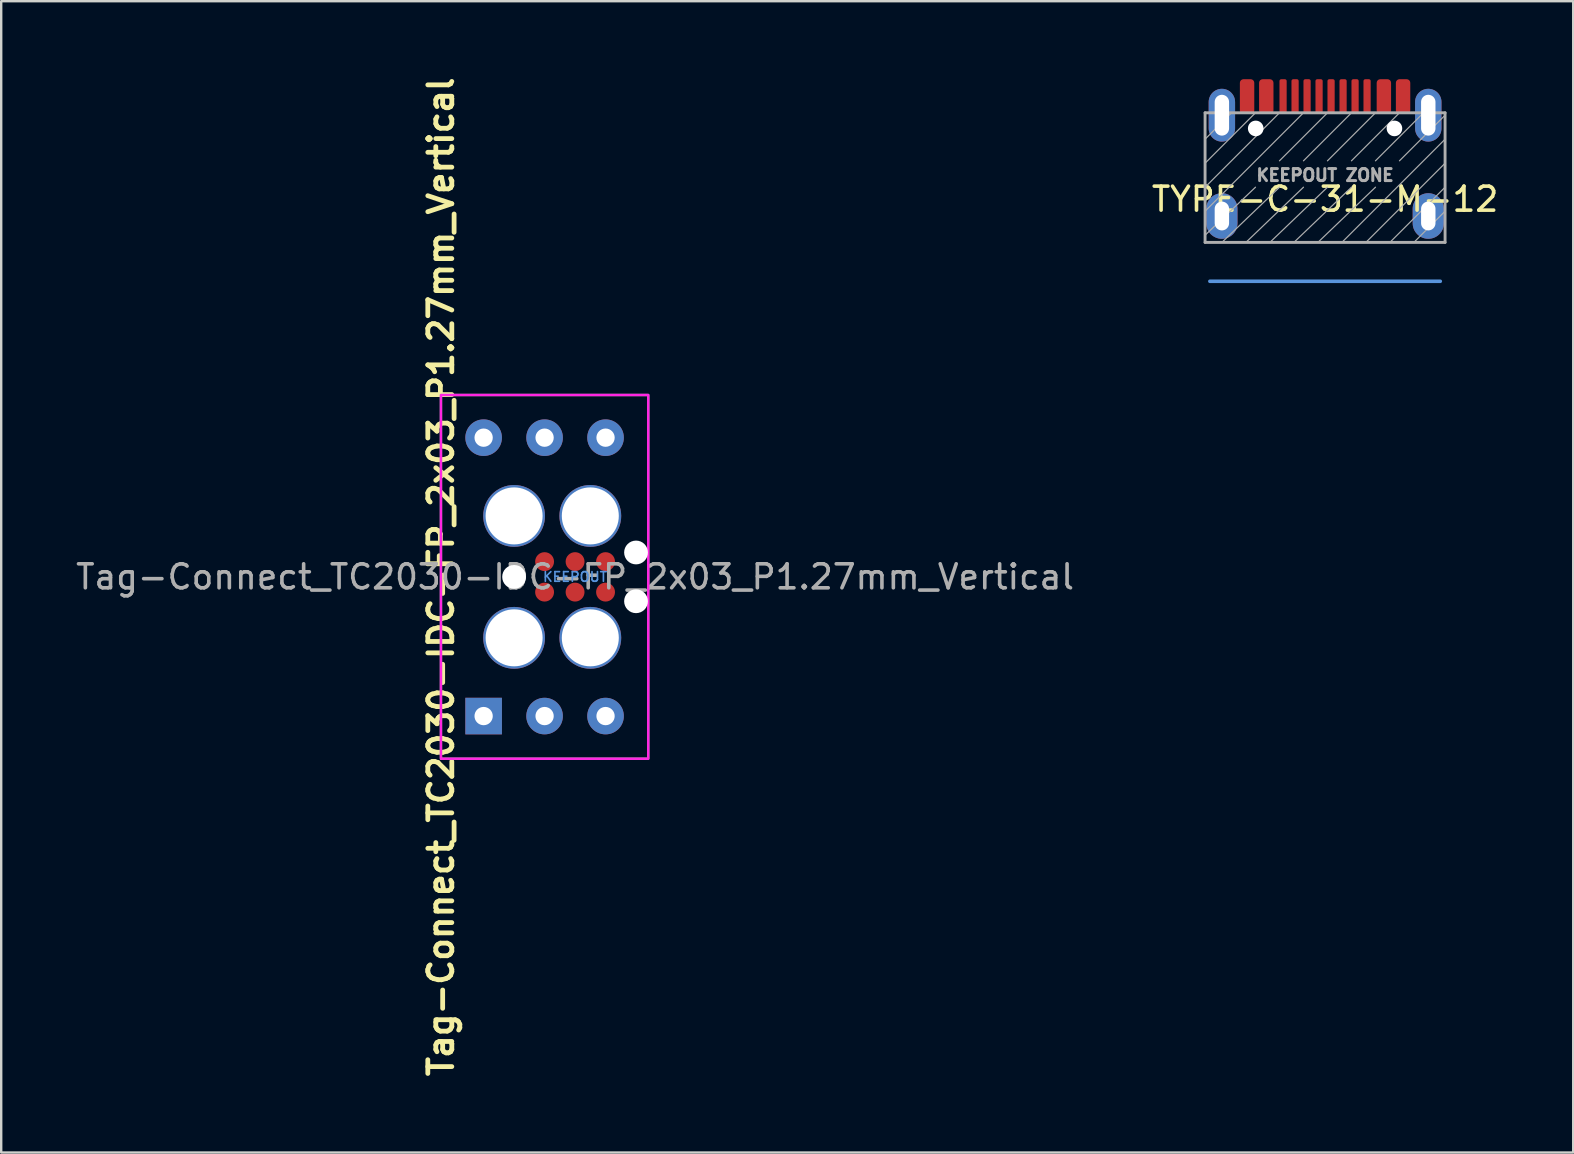
<source format=kicad_pcb>
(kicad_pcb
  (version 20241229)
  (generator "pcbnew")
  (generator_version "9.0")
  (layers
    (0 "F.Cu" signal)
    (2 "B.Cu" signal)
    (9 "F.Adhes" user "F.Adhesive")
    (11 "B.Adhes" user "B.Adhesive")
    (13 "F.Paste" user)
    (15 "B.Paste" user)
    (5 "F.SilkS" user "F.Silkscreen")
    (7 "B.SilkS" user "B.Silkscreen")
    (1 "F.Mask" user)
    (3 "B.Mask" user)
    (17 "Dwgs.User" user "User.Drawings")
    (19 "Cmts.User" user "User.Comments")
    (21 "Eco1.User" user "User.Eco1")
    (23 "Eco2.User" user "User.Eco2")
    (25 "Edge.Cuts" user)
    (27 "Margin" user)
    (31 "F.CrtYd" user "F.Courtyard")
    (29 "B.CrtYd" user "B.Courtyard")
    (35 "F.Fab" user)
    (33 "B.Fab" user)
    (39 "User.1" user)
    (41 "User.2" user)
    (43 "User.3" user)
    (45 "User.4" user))
  (footprint "Tag-Connect_TC2030-IDC-FP_2x03_P1.27mm_Vertical"
    (layer "F.Cu")
    (at 20.911 20.986)
    (property "Reference" "Tag-Connect_TC2030-IDC-FP_2x03_P1.27mm_Vertical" (at -5.588 0 90) (layer "F.SilkS") (effects (font (size 1 1) (thickness 0.2) (bold yes))))
    (attr exclude_from_pos_files exclude_from_bom)
    (fp_rect (start -5.588 -7.578) (end 3.048 7.578) (stroke (width 0.1) (type default)) (fill no) (layer "F.CrtYd"))
    (fp_rect (start -5.588 -7.578) (end 3.048 7.578) (stroke (width 0.1) (type default)) (fill no) (layer "F.Fab"))
    (fp_text user "KEEPOUT" (at 0 0 0) (layer "Cmts.User") (effects (font (size 0.4 0.4) (thickness 0.07))))
    (fp_text user "${REFERENCE}" (at 0 0 0) (layer "F.Fab") (effects (font (size 1 1) (thickness 0.15))))
    (pad "" np_thru_hole circle (at -2.54 0) (size 0.991 0.991) (drill 0.991) (layers "*.Cu" "*.Mask"))
    (pad "" np_thru_hole circle (at 2.54 -1.016) (size 0.991 0.991) (drill 0.991) (layers "*.Cu" "*.Mask"))
    (pad "" np_thru_hole circle (at 2.54 1.016) (size 0.991 0.991) (drill 0.991) (layers "*.Cu" "*.Mask"))
    (pad "1" thru_hole rect (at -3.81 5.8 90) (size 1.524 1.524) (drill 0.762) (layers "*.Cu" "F.Mask"))
    (pad "1" connect circle (at -1.27 0.635) (size 0.787 0.787) (layers "F.Cu" "F.Mask"))
    (pad "2" thru_hole oval (at -3.81 -5.8 90) (size 1.524 1.524) (drill 0.762) (layers "*.Cu" "F.Mask"))
    (pad "2" connect circle (at -1.27 -0.635) (size 0.787 0.787) (layers "F.Cu" "F.Mask"))
    (pad "3" thru_hole oval (at -1.27 5.8 90) (size 1.524 1.524) (drill 0.762) (layers "*.Cu" "F.Mask"))
    (pad "3" connect circle (at 0 0.635) (size 0.787 0.787) (layers "F.Cu" "F.Mask"))
    (pad "4" thru_hole oval (at -1.27 -5.8 90) (size 1.524 1.524) (drill 0.762) (layers "*.Cu" "F.Mask"))
    (pad "4" connect circle (at 0 -0.635) (size 0.787 0.787) (layers "F.Cu" "F.Mask"))
    (pad "5" connect circle (at 1.27 0.635) (size 0.787 0.787) (layers "F.Cu" "F.Mask"))
    (pad "5" thru_hole oval (at 1.27 5.8 90) (size 1.524 1.524) (drill 0.762) (layers "*.Cu" "F.Mask"))
    (pad "6" thru_hole oval (at 1.27 -5.8 90) (size 1.524 1.524) (drill 0.762) (layers "*.Cu" "F.Mask"))
    (pad "6" connect circle (at 1.27 -0.635) (size 0.787 0.787) (layers "F.Cu" "F.Mask"))
    (pad "MP" thru_hole circle (at -2.54 -2.54) (size 2.575 2.575) (drill 2.375) (layers "*.Cu"))
    (pad "MP" thru_hole circle (at -2.54 2.54) (size 2.575 2.575) (drill 2.375) (layers "*.Cu"))
    (pad "MP" thru_hole circle (at 0.635 -2.54) (size 2.575 2.575) (drill 2.375) (layers "*.Cu"))
    (pad "MP" thru_hole circle (at 0.635 2.54) (size 2.575 2.575) (drill 2.375) (layers "*.Cu"))
    (zone (net_name "") (layer "F.Cu") (hatch full 0.508) (connect_pads) (min_thickness 0.254) (filled_areas_thickness no) (keepout (tracks allowed) (vias not_allowed) (pads allowed) (copperpour not_allowed) (footprints not_allowed)) (placement (enabled no)) (fill) (polygon (pts (xy 22.181 20.351) (xy 19.641 20.351) (xy 19.641 21.621) (xy 22.181 21.621)))))
  (footprint "TYPE-C-31-M-12"
    (layer "F.Cu")
    (at 52.161 0.25)
    (property "Reference" "TYPE-C-31-M-12" (at 0 5 0) (layer "F.SilkS") (effects (font (size 1 1) (thickness 0.15))))
    (attr through_hole)
    (fp_line (start 4.8 8.42) (end -4.8 8.42) (stroke (width 0.15) (type solid)) (layer "Cmts.User"))
    (fp_line (start -5 1.4) (end -5 6.8) (stroke (width 0.12) (type solid)) (layer "F.Fab"))
    (fp_line (start -5 2.5) (end -3.9 1.4) (stroke (width 0.05) (type solid)) (layer "F.Fab"))
    (fp_line (start -5 3.5) (end -2.9 1.4) (stroke (width 0.05) (type solid)) (layer "F.Fab"))
    (fp_line (start -5 4.5) (end -1.9 1.4) (stroke (width 0.05) (type solid)) (layer "F.Fab"))
    (fp_line (start -5 5.5) (end -0.9 1.4) (stroke (width 0.05) (type solid)) (layer "F.Fab"))
    (fp_line (start -5 6.5) (end -2.9 4.5) (stroke (width 0.05) (type solid)) (layer "F.Fab"))
    (fp_line (start -5 6.8) (end 5 6.8) (stroke (width 0.12) (type solid)) (layer "F.Fab"))
    (fp_line (start -4.3 6.8) (end -1.9 4.5) (stroke (width 0.05) (type solid)) (layer "F.Fab"))
    (fp_line (start -3.3 6.8) (end -0.9 4.5) (stroke (width 0.05) (type solid)) (layer "F.Fab"))
    (fp_line (start -2.3 6.8) (end 0.1 4.5) (stroke (width 0.05) (type solid)) (layer "F.Fab"))
    (fp_line (start -1.9 3.4) (end 0.1 1.4) (stroke (width 0.05) (type solid)) (layer "F.Fab"))
    (fp_line (start -1.3 6.8) (end 1.1 4.5) (stroke (width 0.05) (type solid)) (layer "F.Fab"))
    (fp_line (start -0.9 3.4) (end 1.1 1.4) (stroke (width 0.05) (type solid)) (layer "F.Fab"))
    (fp_line (start -0.3 6.8) (end 2.1 4.5) (stroke (width 0.05) (type solid)) (layer "F.Fab"))
    (fp_line (start 0.1 3.4) (end 2.1 1.4) (stroke (width 0.05) (type solid)) (layer "F.Fab"))
    (fp_line (start 0.7 6.8) (end 5 2.5) (stroke (width 0.05) (type solid)) (layer "F.Fab"))
    (fp_line (start 1.1 3.4) (end 3.1 1.4) (stroke (width 0.05) (type solid)) (layer "F.Fab"))
    (fp_line (start 1.7 6.8) (end 5 3.5) (stroke (width 0.05) (type solid)) (layer "F.Fab"))
    (fp_line (start 2.1 3.4) (end 4.1 1.4) (stroke (width 0.05) (type solid)) (layer "F.Fab"))
    (fp_line (start 2.7 6.8) (end 5 4.5) (stroke (width 0.05) (type solid)) (layer "F.Fab"))
    (fp_line (start 3.1 3.4) (end 5 1.5) (stroke (width 0.05) (type solid)) (layer "F.Fab"))
    (fp_line (start 3.7 6.8) (end 5 5.5) (stroke (width 0.05) (type solid)) (layer "F.Fab"))
    (fp_line (start 5 1.4) (end -5 1.4) (stroke (width 0.12) (type solid)) (layer "F.Fab"))
    (fp_line (start 5 6.8) (end 5 1.4) (stroke (width 0.12) (type solid)) (layer "F.Fab"))
    (fp_text user "KEEPOUT ZONE" (at 0 4 0) (layer "F.Fab") (effects (font (size 0.5 0.5) (thickness 0.125))))
    (pad "" np_thru_hole circle (at -2.89 2.051) (size 0.65 0.65) (drill 0.65) (layers "*.Cu" "*.Mask"))
    (pad "" np_thru_hole circle (at 2.89 2.051) (size 0.65 0.65) (drill 0.65) (layers "*.Cu" "*.Mask"))
    (pad "A1" smd roundrect (at -3.25 0.725) (size 0.6 1.45) (layers "F.Cu" "F.Mask" "F.Paste") (roundrect_rratio 0.25))
    (pad "A4" smd roundrect (at -2.45 0.725) (size 0.6 1.45) (layers "F.Cu" "F.Mask" "F.Paste") (roundrect_rratio 0.25))
    (pad "A5" smd roundrect (at -1.25 0.725) (size 0.3 1.45) (layers "F.Cu" "F.Mask" "F.Paste") (roundrect_rratio 0.25))
    (pad "A6" smd roundrect (at -0.25 0.725) (size 0.3 1.45) (layers "F.Cu" "F.Mask" "F.Paste") (roundrect_rratio 0.25))
    (pad "A7" smd roundrect (at 0.25 0.725) (size 0.3 1.45) (layers "F.Cu" "F.Mask" "F.Paste") (roundrect_rratio 0.25))
    (pad "A8" smd roundrect (at 1.25 0.725) (size 0.3 1.45) (layers "F.Cu" "F.Mask" "F.Paste") (roundrect_rratio 0.25))
    (pad "B1" smd roundrect (at 3.25 0.725) (size 0.6 1.45) (layers "F.Cu" "F.Mask" "F.Paste") (roundrect_rratio 0.25))
    (pad "B4" smd roundrect (at 2.45 0.725) (size 0.6 1.45) (layers "F.Cu" "F.Mask" "F.Paste") (roundrect_rratio 0.25))
    (pad "B5" smd roundrect (at 1.75 0.725) (size 0.3 1.45) (layers "F.Cu" "F.Mask" "F.Paste") (roundrect_rratio 0.25))
    (pad "B6" smd roundrect (at 0.75 0.725) (size 0.3 1.45) (layers "F.Cu" "F.Mask" "F.Paste") (roundrect_rratio 0.25))
    (pad "B7" smd roundrect (at -0.75 0.725) (size 0.3 1.45) (layers "F.Cu" "F.Mask" "F.Paste") (roundrect_rratio 0.25))
    (pad "B8" smd roundrect (at -1.75 0.725) (size 0.3 1.45) (layers "F.Cu" "F.Mask" "F.Paste") (roundrect_rratio 0.25))
    (pad "S" thru_hole oval (at -4.3 1.5) (size 1.1 2.2) (drill oval 0.6 1.7) (layers "*.Cu" "*.Mask"))
    (pad "S" thru_hole oval (at -4.3 5.7) (size 1.3 1.9) (drill oval 0.6 1.2) (layers "*.Cu" "*.Mask"))
    (pad "S" thru_hole oval (at 4.3 1.5) (size 1.1 2.2) (drill oval 0.6 1.7) (layers "*.Cu" "*.Mask"))
    (pad "S" thru_hole oval (at 4.3 5.7) (size 1.3 1.9) (drill oval 0.6 1.2) (layers "*.Cu" "*.Mask")))
  (gr_rect
    (start -3 -3)
    (end 62.5 44.971)
    (stroke (width 0.1) (type default))
    (fill no)
    (layer "Edge.Cuts")))
</source>
